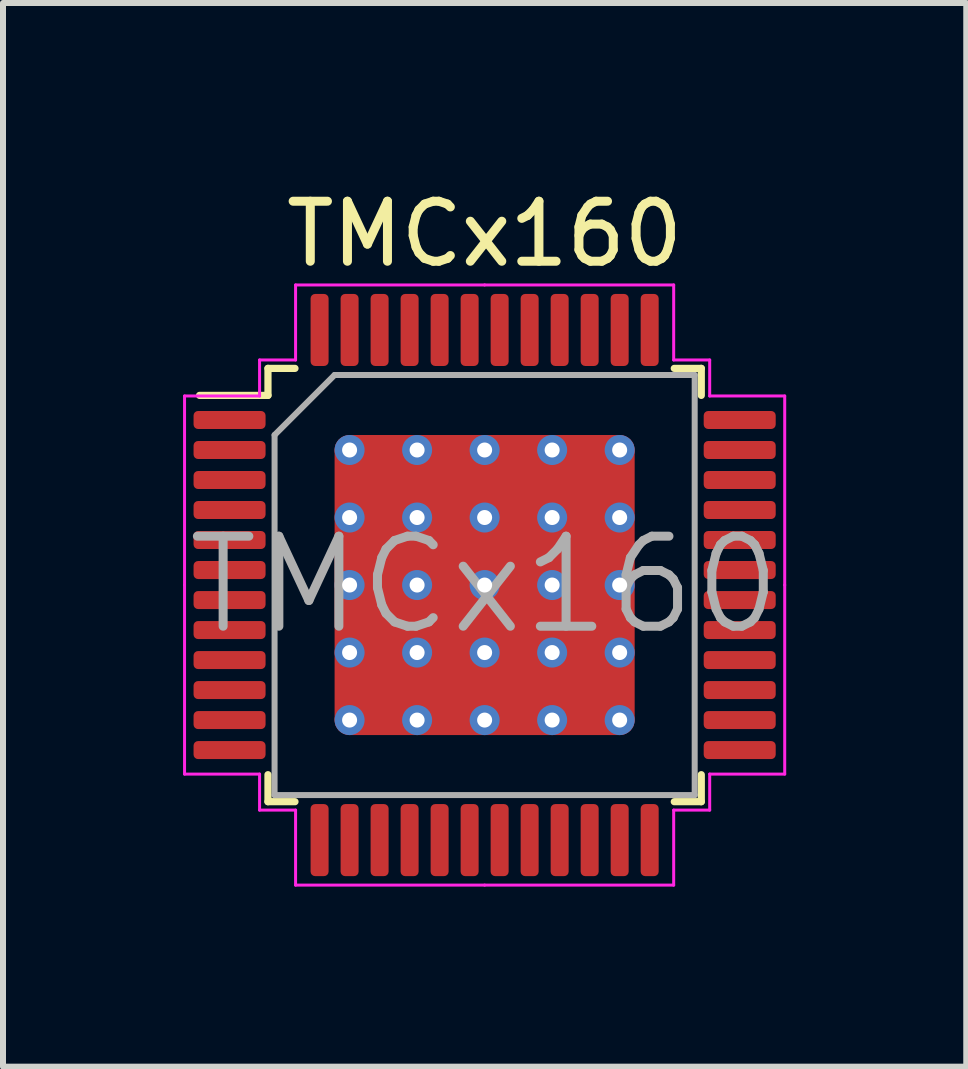
<source format=kicad_pcb>
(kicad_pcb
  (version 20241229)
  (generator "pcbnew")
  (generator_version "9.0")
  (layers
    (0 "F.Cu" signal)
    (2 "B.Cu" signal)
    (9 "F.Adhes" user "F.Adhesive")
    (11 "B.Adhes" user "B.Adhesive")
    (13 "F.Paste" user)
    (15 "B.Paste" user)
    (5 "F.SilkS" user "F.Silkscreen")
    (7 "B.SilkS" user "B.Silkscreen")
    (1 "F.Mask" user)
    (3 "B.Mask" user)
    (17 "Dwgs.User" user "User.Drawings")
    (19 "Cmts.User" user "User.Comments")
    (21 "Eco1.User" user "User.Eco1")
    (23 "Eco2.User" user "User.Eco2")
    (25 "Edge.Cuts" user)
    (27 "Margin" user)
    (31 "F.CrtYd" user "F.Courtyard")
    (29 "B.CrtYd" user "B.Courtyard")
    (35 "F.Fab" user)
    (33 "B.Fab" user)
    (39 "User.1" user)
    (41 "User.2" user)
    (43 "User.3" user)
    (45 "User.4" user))
  (footprint "TMCx160"
    (layer "F.Cu")
    (at 5.025 6.698)
    (property "Reference" "TMCx160" (at 0 -5.85 0) (layer "F.SilkS") (effects (font (size 1 1) (thickness 0.15))))
    (attr smd)
    (fp_line (start -3.61 -3.61) (end -3.61 -3.16) (stroke (width 0.12) (type solid)) (layer "F.SilkS"))
    (fp_line (start -3.61 -3.16) (end -4.75 -3.16) (stroke (width 0.12) (type solid)) (layer "F.SilkS"))
    (fp_line (start -3.61 3.61) (end -3.61 3.16) (stroke (width 0.12) (type solid)) (layer "F.SilkS"))
    (fp_line (start -3.16 -3.61) (end -3.61 -3.61) (stroke (width 0.12) (type solid)) (layer "F.SilkS"))
    (fp_line (start -3.16 3.61) (end -3.61 3.61) (stroke (width 0.12) (type solid)) (layer "F.SilkS"))
    (fp_line (start 3.16 -3.61) (end 3.61 -3.61) (stroke (width 0.12) (type solid)) (layer "F.SilkS"))
    (fp_line (start 3.16 3.61) (end 3.61 3.61) (stroke (width 0.12) (type solid)) (layer "F.SilkS"))
    (fp_line (start 3.61 -3.61) (end 3.61 -3.16) (stroke (width 0.12) (type solid)) (layer "F.SilkS"))
    (fp_line (start 3.61 3.61) (end 3.61 3.16) (stroke (width 0.12) (type solid)) (layer "F.SilkS"))
    (fp_line (start -5 -3.15) (end -5 0) (stroke (width 0.05) (type solid)) (layer "F.CrtYd"))
    (fp_line (start -5 3.15) (end -5 0) (stroke (width 0.05) (type solid)) (layer "F.CrtYd"))
    (fp_line (start -3.75 -3.75) (end -3.75 -3.15) (stroke (width 0.05) (type solid)) (layer "F.CrtYd"))
    (fp_line (start -3.75 -3.15) (end -5 -3.15) (stroke (width 0.05) (type solid)) (layer "F.CrtYd"))
    (fp_line (start -3.75 3.15) (end -5 3.15) (stroke (width 0.05) (type solid)) (layer "F.CrtYd"))
    (fp_line (start -3.75 3.75) (end -3.75 3.15) (stroke (width 0.05) (type solid)) (layer "F.CrtYd"))
    (fp_line (start -3.15 -5) (end -3.15 -3.75) (stroke (width 0.05) (type solid)) (layer "F.CrtYd"))
    (fp_line (start -3.15 -3.75) (end -3.75 -3.75) (stroke (width 0.05) (type solid)) (layer "F.CrtYd"))
    (fp_line (start -3.15 3.75) (end -3.75 3.75) (stroke (width 0.05) (type solid)) (layer "F.CrtYd"))
    (fp_line (start -3.15 5) (end -3.15 3.75) (stroke (width 0.05) (type solid)) (layer "F.CrtYd"))
    (fp_line (start 0 -5) (end -3.15 -5) (stroke (width 0.05) (type solid)) (layer "F.CrtYd"))
    (fp_line (start 0 -5) (end 3.15 -5) (stroke (width 0.05) (type solid)) (layer "F.CrtYd"))
    (fp_line (start 0 5) (end -3.15 5) (stroke (width 0.05) (type solid)) (layer "F.CrtYd"))
    (fp_line (start 0 5) (end 3.15 5) (stroke (width 0.05) (type solid)) (layer "F.CrtYd"))
    (fp_line (start 3.15 -5) (end 3.15 -3.75) (stroke (width 0.05) (type solid)) (layer "F.CrtYd"))
    (fp_line (start 3.15 -3.75) (end 3.75 -3.75) (stroke (width 0.05) (type solid)) (layer "F.CrtYd"))
    (fp_line (start 3.15 3.75) (end 3.75 3.75) (stroke (width 0.05) (type solid)) (layer "F.CrtYd"))
    (fp_line (start 3.15 5) (end 3.15 3.75) (stroke (width 0.05) (type solid)) (layer "F.CrtYd"))
    (fp_line (start 3.75 -3.75) (end 3.75 -3.15) (stroke (width 0.05) (type solid)) (layer "F.CrtYd"))
    (fp_line (start 3.75 -3.15) (end 5 -3.15) (stroke (width 0.05) (type solid)) (layer "F.CrtYd"))
    (fp_line (start 3.75 3.15) (end 5 3.15) (stroke (width 0.05) (type solid)) (layer "F.CrtYd"))
    (fp_line (start 3.75 3.75) (end 3.75 3.15) (stroke (width 0.05) (type solid)) (layer "F.CrtYd"))
    (fp_line (start 5 -3.15) (end 5 0) (stroke (width 0.05) (type solid)) (layer "F.CrtYd"))
    (fp_line (start 5 3.15) (end 5 0) (stroke (width 0.05) (type solid)) (layer "F.CrtYd"))
    (fp_line (start -3.5 -2.5) (end -2.5 -3.5) (stroke (width 0.1) (type solid)) (layer "F.Fab"))
    (fp_line (start -3.5 3.5) (end -3.5 -2.5) (stroke (width 0.1) (type solid)) (layer "F.Fab"))
    (fp_line (start -2.5 -3.5) (end 3.5 -3.5) (stroke (width 0.1) (type solid)) (layer "F.Fab"))
    (fp_line (start 3.5 -3.5) (end 3.5 3.5) (stroke (width 0.1) (type solid)) (layer "F.Fab"))
    (fp_line (start 3.5 3.5) (end -3.5 3.5) (stroke (width 0.1) (type solid)) (layer "F.Fab"))
    (fp_text user "${REFERENCE}" (at 0 0 0) (layer "F.Fab") (effects (font (size 1.5 1.5) (thickness 0.15))))
    (pad "" smd custom (at -1.688 -1.688) (size 0.891 0.891) (layers "F.Paste") (options (anchor circle)) (primitives (gr_poly (pts (xy 0.387 -0.29) (xy 0.387 0.29) (xy 0.29 0.387) (xy -0.29 0.387) (xy -0.387 0.29) (xy -0.387 -0.29) (xy -0.29 -0.387) (xy 0.29 -0.387)) (width 0.234) (fill yes))))
    (pad "" smd custom (at -1.688 -0.562) (size 0.891 0.891) (layers "F.Paste") (options (anchor circle)) (primitives (gr_poly (pts (xy 0.387 -0.29) (xy 0.387 0.29) (xy 0.29 0.387) (xy -0.29 0.387) (xy -0.387 0.29) (xy -0.387 -0.29) (xy -0.29 -0.387) (xy 0.29 -0.387)) (width 0.234) (fill yes))))
    (pad "" smd custom (at -1.688 0.562) (size 0.891 0.891) (layers "F.Paste") (options (anchor circle)) (primitives (gr_poly (pts (xy 0.387 -0.29) (xy 0.387 0.29) (xy 0.29 0.387) (xy -0.29 0.387) (xy -0.387 0.29) (xy -0.387 -0.29) (xy -0.29 -0.387) (xy 0.29 -0.387)) (width 0.234) (fill yes))))
    (pad "" smd custom (at -1.688 1.688) (size 0.891 0.891) (layers "F.Paste") (options (anchor circle)) (primitives (gr_poly (pts (xy 0.387 -0.29) (xy 0.387 0.29) (xy 0.29 0.387) (xy -0.29 0.387) (xy -0.387 0.29) (xy -0.387 -0.29) (xy -0.29 -0.387) (xy 0.29 -0.387)) (width 0.234) (fill yes))))
    (pad "" smd custom (at -0.562 -1.688) (size 0.891 0.891) (layers "F.Paste") (options (anchor circle)) (primitives (gr_poly (pts (xy 0.387 -0.29) (xy 0.387 0.29) (xy 0.29 0.387) (xy -0.29 0.387) (xy -0.387 0.29) (xy -0.387 -0.29) (xy -0.29 -0.387) (xy 0.29 -0.387)) (width 0.234) (fill yes))))
    (pad "" smd custom (at -0.562 -0.562) (size 0.891 0.891) (layers "F.Paste") (options (anchor circle)) (primitives (gr_poly (pts (xy 0.387 -0.29) (xy 0.387 0.29) (xy 0.29 0.387) (xy -0.29 0.387) (xy -0.387 0.29) (xy -0.387 -0.29) (xy -0.29 -0.387) (xy 0.29 -0.387)) (width 0.234) (fill yes))))
    (pad "" smd custom (at -0.562 0.562) (size 0.891 0.891) (layers "F.Paste") (options (anchor circle)) (primitives (gr_poly (pts (xy 0.387 -0.29) (xy 0.387 0.29) (xy 0.29 0.387) (xy -0.29 0.387) (xy -0.387 0.29) (xy -0.387 -0.29) (xy -0.29 -0.387) (xy 0.29 -0.387)) (width 0.234) (fill yes))))
    (pad "" smd custom (at -0.562 1.688) (size 0.891 0.891) (layers "F.Paste") (options (anchor circle)) (primitives (gr_poly (pts (xy 0.387 -0.29) (xy 0.387 0.29) (xy 0.29 0.387) (xy -0.29 0.387) (xy -0.387 0.29) (xy -0.387 -0.29) (xy -0.29 -0.387) (xy 0.29 -0.387)) (width 0.234) (fill yes))))
    (pad "" smd custom (at 0.562 -1.688) (size 0.891 0.891) (layers "F.Paste") (options (anchor circle)) (primitives (gr_poly (pts (xy 0.387 -0.29) (xy 0.387 0.29) (xy 0.29 0.387) (xy -0.29 0.387) (xy -0.387 0.29) (xy -0.387 -0.29) (xy -0.29 -0.387) (xy 0.29 -0.387)) (width 0.234) (fill yes))))
    (pad "" smd custom (at 0.562 -0.562) (size 0.891 0.891) (layers "F.Paste") (options (anchor circle)) (primitives (gr_poly (pts (xy 0.387 -0.29) (xy 0.387 0.29) (xy 0.29 0.387) (xy -0.29 0.387) (xy -0.387 0.29) (xy -0.387 -0.29) (xy -0.29 -0.387) (xy 0.29 -0.387)) (width 0.234) (fill yes))))
    (pad "" smd custom (at 0.562 0.562) (size 0.891 0.891) (layers "F.Paste") (options (anchor circle)) (primitives (gr_poly (pts (xy 0.387 -0.29) (xy 0.387 0.29) (xy 0.29 0.387) (xy -0.29 0.387) (xy -0.387 0.29) (xy -0.387 -0.29) (xy -0.29 -0.387) (xy 0.29 -0.387)) (width 0.234) (fill yes))))
    (pad "" smd custom (at 0.562 1.688) (size 0.891 0.891) (layers "F.Paste") (options (anchor circle)) (primitives (gr_poly (pts (xy 0.387 -0.29) (xy 0.387 0.29) (xy 0.29 0.387) (xy -0.29 0.387) (xy -0.387 0.29) (xy -0.387 -0.29) (xy -0.29 -0.387) (xy 0.29 -0.387)) (width 0.234) (fill yes))))
    (pad "" smd custom (at 1.688 -1.688) (size 0.891 0.891) (layers "F.Paste") (options (anchor circle)) (primitives (gr_poly (pts (xy 0.387 -0.29) (xy 0.387 0.29) (xy 0.29 0.387) (xy -0.29 0.387) (xy -0.387 0.29) (xy -0.387 -0.29) (xy -0.29 -0.387) (xy 0.29 -0.387)) (width 0.234) (fill yes))))
    (pad "" smd custom (at 1.688 -0.562) (size 0.891 0.891) (layers "F.Paste") (options (anchor circle)) (primitives (gr_poly (pts (xy 0.387 -0.29) (xy 0.387 0.29) (xy 0.29 0.387) (xy -0.29 0.387) (xy -0.387 0.29) (xy -0.387 -0.29) (xy -0.29 -0.387) (xy 0.29 -0.387)) (width 0.234) (fill yes))))
    (pad "" smd custom (at 1.688 0.562) (size 0.891 0.891) (layers "F.Paste") (options (anchor circle)) (primitives (gr_poly (pts (xy 0.387 -0.29) (xy 0.387 0.29) (xy 0.29 0.387) (xy -0.29 0.387) (xy -0.387 0.29) (xy -0.387 -0.29) (xy -0.29 -0.387) (xy 0.29 -0.387)) (width 0.234) (fill yes))))
    (pad "" smd custom (at 1.688 1.688) (size 0.891 0.891) (layers "F.Paste") (options (anchor circle)) (primitives (gr_poly (pts (xy 0.387 -0.29) (xy 0.387 0.29) (xy 0.29 0.387) (xy -0.29 0.387) (xy -0.387 0.29) (xy -0.387 -0.29) (xy -0.29 -0.387) (xy 0.29 -0.387)) (width 0.234) (fill yes))))
    (pad "1" smd roundrect (at -4.25 -2.75) (size 1.2 0.3) (layers "F.Cu" "F.Mask" "F.Paste") (roundrect_rratio 0.25))
    (pad "2" smd roundrect (at -4.25 -2.25) (size 1.2 0.3) (layers "F.Cu" "F.Mask" "F.Paste") (roundrect_rratio 0.25))
    (pad "3" smd roundrect (at -4.25 -1.75) (size 1.2 0.3) (layers "F.Cu" "F.Mask" "F.Paste") (roundrect_rratio 0.25))
    (pad "4" smd roundrect (at -4.25 -1.25) (size 1.2 0.3) (layers "F.Cu" "F.Mask" "F.Paste") (roundrect_rratio 0.25))
    (pad "5" smd roundrect (at -4.25 -0.75) (size 1.2 0.3) (layers "F.Cu" "F.Mask" "F.Paste") (roundrect_rratio 0.25))
    (pad "6" smd roundrect (at -4.25 -0.25) (size 1.2 0.3) (layers "F.Cu" "F.Mask" "F.Paste") (roundrect_rratio 0.25))
    (pad "7" smd roundrect (at -4.25 0.25) (size 1.2 0.3) (layers "F.Cu" "F.Mask" "F.Paste") (roundrect_rratio 0.25))
    (pad "8" smd roundrect (at -4.25 0.75) (size 1.2 0.3) (layers "F.Cu" "F.Mask" "F.Paste") (roundrect_rratio 0.25))
    (pad "9" smd roundrect (at -4.25 1.25) (size 1.2 0.3) (layers "F.Cu" "F.Mask" "F.Paste") (roundrect_rratio 0.25))
    (pad "10" smd roundrect (at -4.25 1.75) (size 1.2 0.3) (layers "F.Cu" "F.Mask" "F.Paste") (roundrect_rratio 0.25))
    (pad "11" smd roundrect (at -4.25 2.25) (size 1.2 0.3) (layers "F.Cu" "F.Mask" "F.Paste") (roundrect_rratio 0.25))
    (pad "12" smd roundrect (at -4.25 2.75) (size 1.2 0.3) (layers "F.Cu" "F.Mask" "F.Paste") (roundrect_rratio 0.25))
    (pad "13" smd roundrect (at -2.75 4.25) (size 0.3 1.2) (layers "F.Cu" "F.Mask" "F.Paste") (roundrect_rratio 0.25))
    (pad "14" smd roundrect (at -2.25 4.25) (size 0.3 1.2) (layers "F.Cu" "F.Mask" "F.Paste") (roundrect_rratio 0.25))
    (pad "15" smd roundrect (at -1.75 4.25) (size 0.3 1.2) (layers "F.Cu" "F.Mask" "F.Paste") (roundrect_rratio 0.25))
    (pad "16" smd roundrect (at -1.25 4.25) (size 0.3 1.2) (layers "F.Cu" "F.Mask" "F.Paste") (roundrect_rratio 0.25))
    (pad "17" smd roundrect (at -0.75 4.25) (size 0.3 1.2) (layers "F.Cu" "F.Mask" "F.Paste") (roundrect_rratio 0.25))
    (pad "18" smd roundrect (at -0.25 4.25) (size 0.3 1.2) (layers "F.Cu" "F.Mask" "F.Paste") (roundrect_rratio 0.25))
    (pad "19" smd roundrect (at 0.25 4.25) (size 0.3 1.2) (layers "F.Cu" "F.Mask" "F.Paste") (roundrect_rratio 0.25))
    (pad "20" smd roundrect (at 0.75 4.25) (size 0.3 1.2) (layers "F.Cu" "F.Mask" "F.Paste") (roundrect_rratio 0.25))
    (pad "21" smd roundrect (at 1.25 4.25) (size 0.3 1.2) (layers "F.Cu" "F.Mask" "F.Paste") (roundrect_rratio 0.25))
    (pad "22" smd roundrect (at 1.75 4.25) (size 0.3 1.2) (layers "F.Cu" "F.Mask" "F.Paste") (roundrect_rratio 0.25))
    (pad "23" smd roundrect (at 2.25 4.25) (size 0.3 1.2) (layers "F.Cu" "F.Mask" "F.Paste") (roundrect_rratio 0.25))
    (pad "24" smd roundrect (at 2.75 4.25) (size 0.3 1.2) (layers "F.Cu" "F.Mask" "F.Paste") (roundrect_rratio 0.25))
    (pad "25" smd roundrect (at 4.25 2.75) (size 1.2 0.3) (layers "F.Cu" "F.Mask" "F.Paste") (roundrect_rratio 0.25))
    (pad "26" smd roundrect (at 4.25 2.25) (size 1.2 0.3) (layers "F.Cu" "F.Mask" "F.Paste") (roundrect_rratio 0.25))
    (pad "27" smd roundrect (at 4.25 1.75) (size 1.2 0.3) (layers "F.Cu" "F.Mask" "F.Paste") (roundrect_rratio 0.25))
    (pad "28" smd roundrect (at 4.25 1.25) (size 1.2 0.3) (layers "F.Cu" "F.Mask" "F.Paste") (roundrect_rratio 0.25))
    (pad "29" smd roundrect (at 4.25 0.75) (size 1.2 0.3) (layers "F.Cu" "F.Mask" "F.Paste") (roundrect_rratio 0.25))
    (pad "30" smd roundrect (at 4.25 0.25) (size 1.2 0.3) (layers "F.Cu" "F.Mask" "F.Paste") (roundrect_rratio 0.25))
    (pad "31" smd roundrect (at 4.25 -0.25) (size 1.2 0.3) (layers "F.Cu" "F.Mask" "F.Paste") (roundrect_rratio 0.25))
    (pad "32" smd roundrect (at 4.25 -0.75) (size 1.2 0.3) (layers "F.Cu" "F.Mask" "F.Paste") (roundrect_rratio 0.25))
    (pad "33" smd roundrect (at 4.25 -1.25) (size 1.2 0.3) (layers "F.Cu" "F.Mask" "F.Paste") (roundrect_rratio 0.25))
    (pad "34" smd roundrect (at 4.25 -1.75) (size 1.2 0.3) (layers "F.Cu" "F.Mask" "F.Paste") (roundrect_rratio 0.25))
    (pad "35" smd roundrect (at 4.25 -2.25) (size 1.2 0.3) (layers "F.Cu" "F.Mask" "F.Paste") (roundrect_rratio 0.25))
    (pad "36" smd roundrect (at 4.25 -2.75) (size 1.2 0.3) (layers "F.Cu" "F.Mask" "F.Paste") (roundrect_rratio 0.25))
    (pad "37" smd roundrect (at 2.75 -4.25) (size 0.3 1.2) (layers "F.Cu" "F.Mask" "F.Paste") (roundrect_rratio 0.25))
    (pad "38" smd roundrect (at 2.25 -4.25) (size 0.3 1.2) (layers "F.Cu" "F.Mask" "F.Paste") (roundrect_rratio 0.25))
    (pad "39" smd roundrect (at 1.75 -4.25) (size 0.3 1.2) (layers "F.Cu" "F.Mask" "F.Paste") (roundrect_rratio 0.25))
    (pad "40" smd roundrect (at 1.25 -4.25) (size 0.3 1.2) (layers "F.Cu" "F.Mask" "F.Paste") (roundrect_rratio 0.25))
    (pad "41" smd roundrect (at 0.75 -4.25) (size 0.3 1.2) (layers "F.Cu" "F.Mask" "F.Paste") (roundrect_rratio 0.25))
    (pad "42" smd roundrect (at 0.25 -4.25) (size 0.3 1.2) (layers "F.Cu" "F.Mask" "F.Paste") (roundrect_rratio 0.25))
    (pad "43" smd roundrect (at -0.25 -4.25) (size 0.3 1.2) (layers "F.Cu" "F.Mask" "F.Paste") (roundrect_rratio 0.25))
    (pad "44" smd roundrect (at -0.75 -4.25) (size 0.3 1.2) (layers "F.Cu" "F.Mask" "F.Paste") (roundrect_rratio 0.25))
    (pad "45" smd roundrect (at -1.25 -4.25) (size 0.3 1.2) (layers "F.Cu" "F.Mask" "F.Paste") (roundrect_rratio 0.25))
    (pad "46" smd roundrect (at -1.75 -4.25) (size 0.3 1.2) (layers "F.Cu" "F.Mask" "F.Paste") (roundrect_rratio 0.25))
    (pad "47" smd roundrect (at -2.25 -4.25) (size 0.3 1.2) (layers "F.Cu" "F.Mask" "F.Paste") (roundrect_rratio 0.25))
    (pad "48" smd roundrect (at -2.75 -4.25) (size 0.3 1.2) (layers "F.Cu" "F.Mask" "F.Paste") (roundrect_rratio 0.25))
    (pad "49" thru_hole circle (at -2.25 -2.25) (size 0.5 0.5) (drill 0.25) (layers "*.Cu"))
    (pad "49" thru_hole circle (at -2.25 -1.125) (size 0.5 0.5) (drill 0.25) (layers "*.Cu"))
    (pad "49" thru_hole circle (at -2.25 0) (size 0.5 0.5) (drill 0.25) (layers "*.Cu"))
    (pad "49" thru_hole circle (at -2.25 1.125) (size 0.5 0.5) (drill 0.25) (layers "*.Cu"))
    (pad "49" thru_hole circle (at -2.25 2.25) (size 0.5 0.5) (drill 0.25) (layers "*.Cu"))
    (pad "49" thru_hole circle (at -1.125 -2.25) (size 0.5 0.5) (drill 0.25) (layers "*.Cu"))
    (pad "49" thru_hole circle (at -1.125 -1.125) (size 0.5 0.5) (drill 0.25) (layers "*.Cu"))
    (pad "49" thru_hole circle (at -1.125 0) (size 0.5 0.5) (drill 0.25) (layers "*.Cu"))
    (pad "49" thru_hole circle (at -1.125 1.125) (size 0.5 0.5) (drill 0.25) (layers "*.Cu"))
    (pad "49" thru_hole circle (at -1.125 2.25) (size 0.5 0.5) (drill 0.25) (layers "*.Cu"))
    (pad "49" thru_hole circle (at 0 -2.25) (size 0.5 0.5) (drill 0.25) (layers "*.Cu"))
    (pad "49" thru_hole circle (at 0 -1.125) (size 0.5 0.5) (drill 0.25) (layers "*.Cu"))
    (pad "49" thru_hole circle (at 0 0) (size 0.5 0.5) (drill 0.25) (layers "*.Cu"))
    (pad "49" smd roundrect (at 0 0) (size 5 5) (layers "F.Cu" "F.Mask") (roundrect_rratio 0.05))
    (pad "49" thru_hole circle (at 0 1.125) (size 0.5 0.5) (drill 0.25) (layers "*.Cu"))
    (pad "49" thru_hole circle (at 0 2.25) (size 0.5 0.5) (drill 0.25) (layers "*.Cu"))
    (pad "49" thru_hole circle (at 1.125 -2.25) (size 0.5 0.5) (drill 0.25) (layers "*.Cu"))
    (pad "49" thru_hole circle (at 1.125 -1.125) (size 0.5 0.5) (drill 0.25) (layers "*.Cu"))
    (pad "49" thru_hole circle (at 1.125 0) (size 0.5 0.5) (drill 0.25) (layers "*.Cu"))
    (pad "49" thru_hole circle (at 1.125 1.125) (size 0.5 0.5) (drill 0.25) (layers "*.Cu"))
    (pad "49" thru_hole circle (at 1.125 2.25) (size 0.5 0.5) (drill 0.25) (layers "*.Cu"))
    (pad "49" thru_hole circle (at 2.25 -2.25) (size 0.5 0.5) (drill 0.25) (layers "*.Cu"))
    (pad "49" thru_hole circle (at 2.25 -1.125) (size 0.5 0.5) (drill 0.25) (layers "*.Cu"))
    (pad "49" thru_hole circle (at 2.25 0) (size 0.5 0.5) (drill 0.25) (layers "*.Cu"))
    (pad "49" thru_hole circle (at 2.25 1.125) (size 0.5 0.5) (drill 0.25) (layers "*.Cu"))
    (pad "49" thru_hole circle (at 2.25 2.25) (size 0.5 0.5) (drill 0.25) (layers "*.Cu")))
  (gr_rect
    (start -3 -3)
    (end 13.05 14.723)
    (stroke (width 0.1) (type default))
    (fill no)
    (layer "Edge.Cuts")))
</source>
